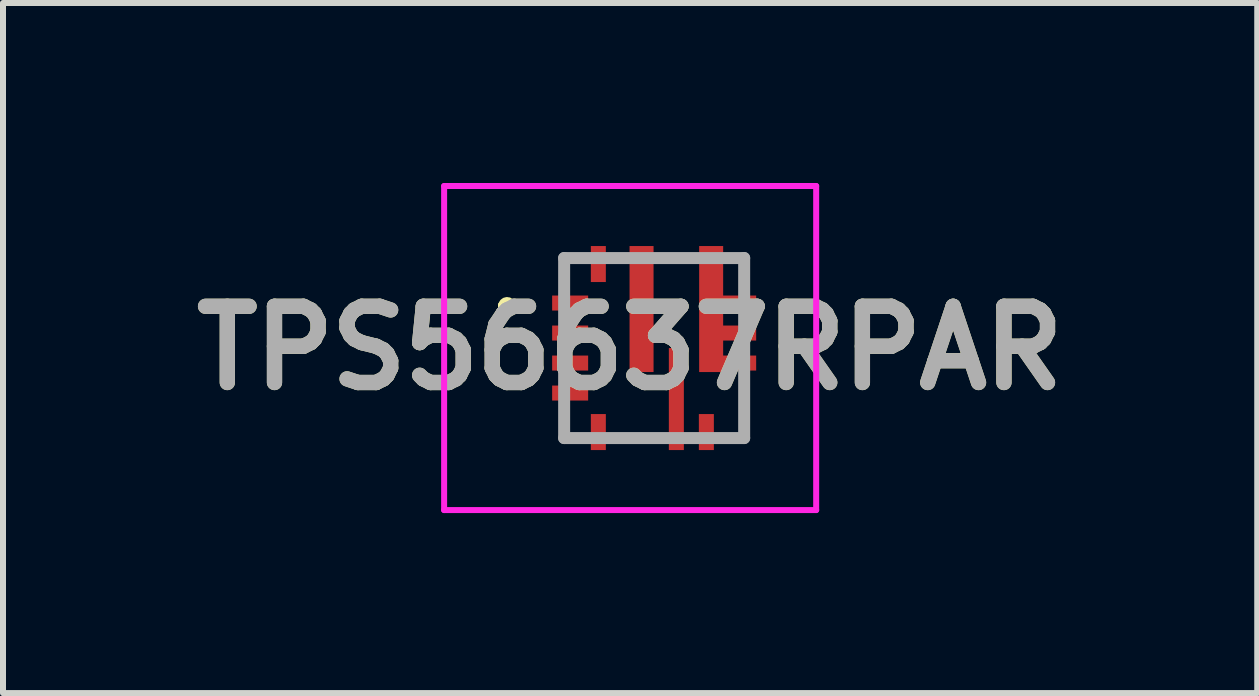
<source format=kicad_pcb>
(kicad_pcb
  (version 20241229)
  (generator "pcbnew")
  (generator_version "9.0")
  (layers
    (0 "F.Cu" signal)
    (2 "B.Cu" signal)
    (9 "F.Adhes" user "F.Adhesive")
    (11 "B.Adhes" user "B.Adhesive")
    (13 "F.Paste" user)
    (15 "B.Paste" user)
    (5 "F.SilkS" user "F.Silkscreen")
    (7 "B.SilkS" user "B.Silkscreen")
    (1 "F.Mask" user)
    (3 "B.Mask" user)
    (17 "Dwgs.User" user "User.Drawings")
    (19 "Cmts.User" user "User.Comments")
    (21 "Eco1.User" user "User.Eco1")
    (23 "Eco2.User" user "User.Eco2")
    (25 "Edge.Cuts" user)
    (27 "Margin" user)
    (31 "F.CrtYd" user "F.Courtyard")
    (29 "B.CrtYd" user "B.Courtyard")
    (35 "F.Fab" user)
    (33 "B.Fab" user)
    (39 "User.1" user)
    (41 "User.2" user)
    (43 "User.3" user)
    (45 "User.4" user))
  (footprint "TPS56637RPAR"
    (layer "F.Cu")
    (at 7.851 2.75)
    (property "Reference" "TPS56637RPAR" (at -0.4 0 0) (layer "F.SilkS") (effects (font (size 1.27 1.27) (thickness 0.254))))
    (attr smd)
    (fp_line (start -2.5 -0.7) (end -2.5 -0.7) (stroke (width 0.2) (type solid)) (layer "F.SilkS"))
    (fp_line (start -2.5 -0.7) (end -2.5 -0.7) (stroke (width 0.2) (type solid)) (layer "F.SilkS"))
    (fp_line (start -2.4 -0.7) (end -2.4 -0.7) (stroke (width 0.2) (type solid)) (layer "F.SilkS"))
    (fp_arc (start -2.5 -0.7) (mid -2.45 -0.75) (end -2.4 -0.7) (stroke (width 0.2) (type solid)) (layer "F.SilkS"))
    (fp_arc (start -2.4 -0.7) (mid -2.45 -0.65) (end -2.5 -0.7) (stroke (width 0.2) (type solid)) (layer "F.SilkS"))
    (fp_arc (start -2.4 -0.7) (mid -2.45 -0.65) (end -2.5 -0.7) (stroke (width 0.2) (type solid)) (layer "F.SilkS"))
    (fp_line (start -3.5 -2.7) (end 2.7 -2.7) (stroke (width 0.1) (type solid)) (layer "F.CrtYd"))
    (fp_line (start -3.5 2.7) (end -3.5 -2.7) (stroke (width 0.1) (type solid)) (layer "F.CrtYd"))
    (fp_line (start 2.7 -2.7) (end 2.7 2.7) (stroke (width 0.1) (type solid)) (layer "F.CrtYd"))
    (fp_line (start 2.7 2.7) (end -3.5 2.7) (stroke (width 0.1) (type solid)) (layer "F.CrtYd"))
    (fp_line (start -1.5 -1.5) (end -1.5 1.5) (stroke (width 0.2) (type solid)) (layer "F.Fab"))
    (fp_line (start -1.5 1.5) (end 1.5 1.5) (stroke (width 0.2) (type solid)) (layer "F.Fab"))
    (fp_line (start 1.5 -1.5) (end -1.5 -1.5) (stroke (width 0.2) (type solid)) (layer "F.Fab"))
    (fp_line (start 1.5 1.5) (end 1.5 -1.5) (stroke (width 0.2) (type solid)) (layer "F.Fab"))
    (fp_text user "${REFERENCE}" (at -0.4 0 0) (layer "F.Fab") (effects (font (size 1.27 1.27) (thickness 0.254))))
    (pad "1" smd rect (at -1.4 -0.75 90) (size 0.25 0.6) (layers "F.Cu" "F.Mask" "F.Paste"))
    (pad "2" smd rect (at -1.4 -0.25 90) (size 0.25 0.6) (layers "F.Cu" "F.Mask" "F.Paste"))
    (pad "3" smd rect (at -1.4 0.25 90) (size 0.25 0.6) (layers "F.Cu" "F.Mask" "F.Paste"))
    (pad "4" smd rect (at -1.4 0.75 90) (size 0.25 0.6) (layers "F.Cu" "F.Mask" "F.Paste"))
    (pad "5" smd rect (at -0.93 1.4) (size 0.25 0.6) (layers "F.Cu" "F.Mask" "F.Paste"))
    (pad "6" smd rect (at 0.37 0.85) (size 0.25 1.7) (layers "F.Cu" "F.Mask" "F.Paste"))
    (pad "7" smd rect (at 0.87 1.4) (size 0.25 0.6) (layers "F.Cu" "F.Mask" "F.Paste"))
    (pad "8" smd rect (at 0.95 -0.65) (size 0.4 2.1) (layers "F.Cu" "F.Mask" "F.Paste"))
    (pad "9" smd rect (at -0.21 -0.65) (size 0.4 2.1) (layers "F.Cu" "F.Mask" "F.Paste"))
    (pad "10" smd rect (at -0.93 -1.4) (size 0.25 0.6) (layers "F.Cu" "F.Mask" "F.Paste"))
    (pad "11" smd rect (at 1.42 0.25 90) (size 0.25 0.56) (layers "F.Cu" "F.Mask" "F.Paste"))
    (pad "12" smd rect (at 1.42 -0.25 90) (size 0.25 0.56) (layers "F.Cu" "F.Mask" "F.Paste"))
    (pad "13" smd rect (at 1.42 -0.75 90) (size 0.25 0.56) (layers "F.Cu" "F.Mask" "F.Paste")))
  (gr_rect
    (start -3 -3)
    (end 17.901 8.5)
    (stroke (width 0.1) (type default))
    (fill no)
    (layer "Edge.Cuts")))
</source>
